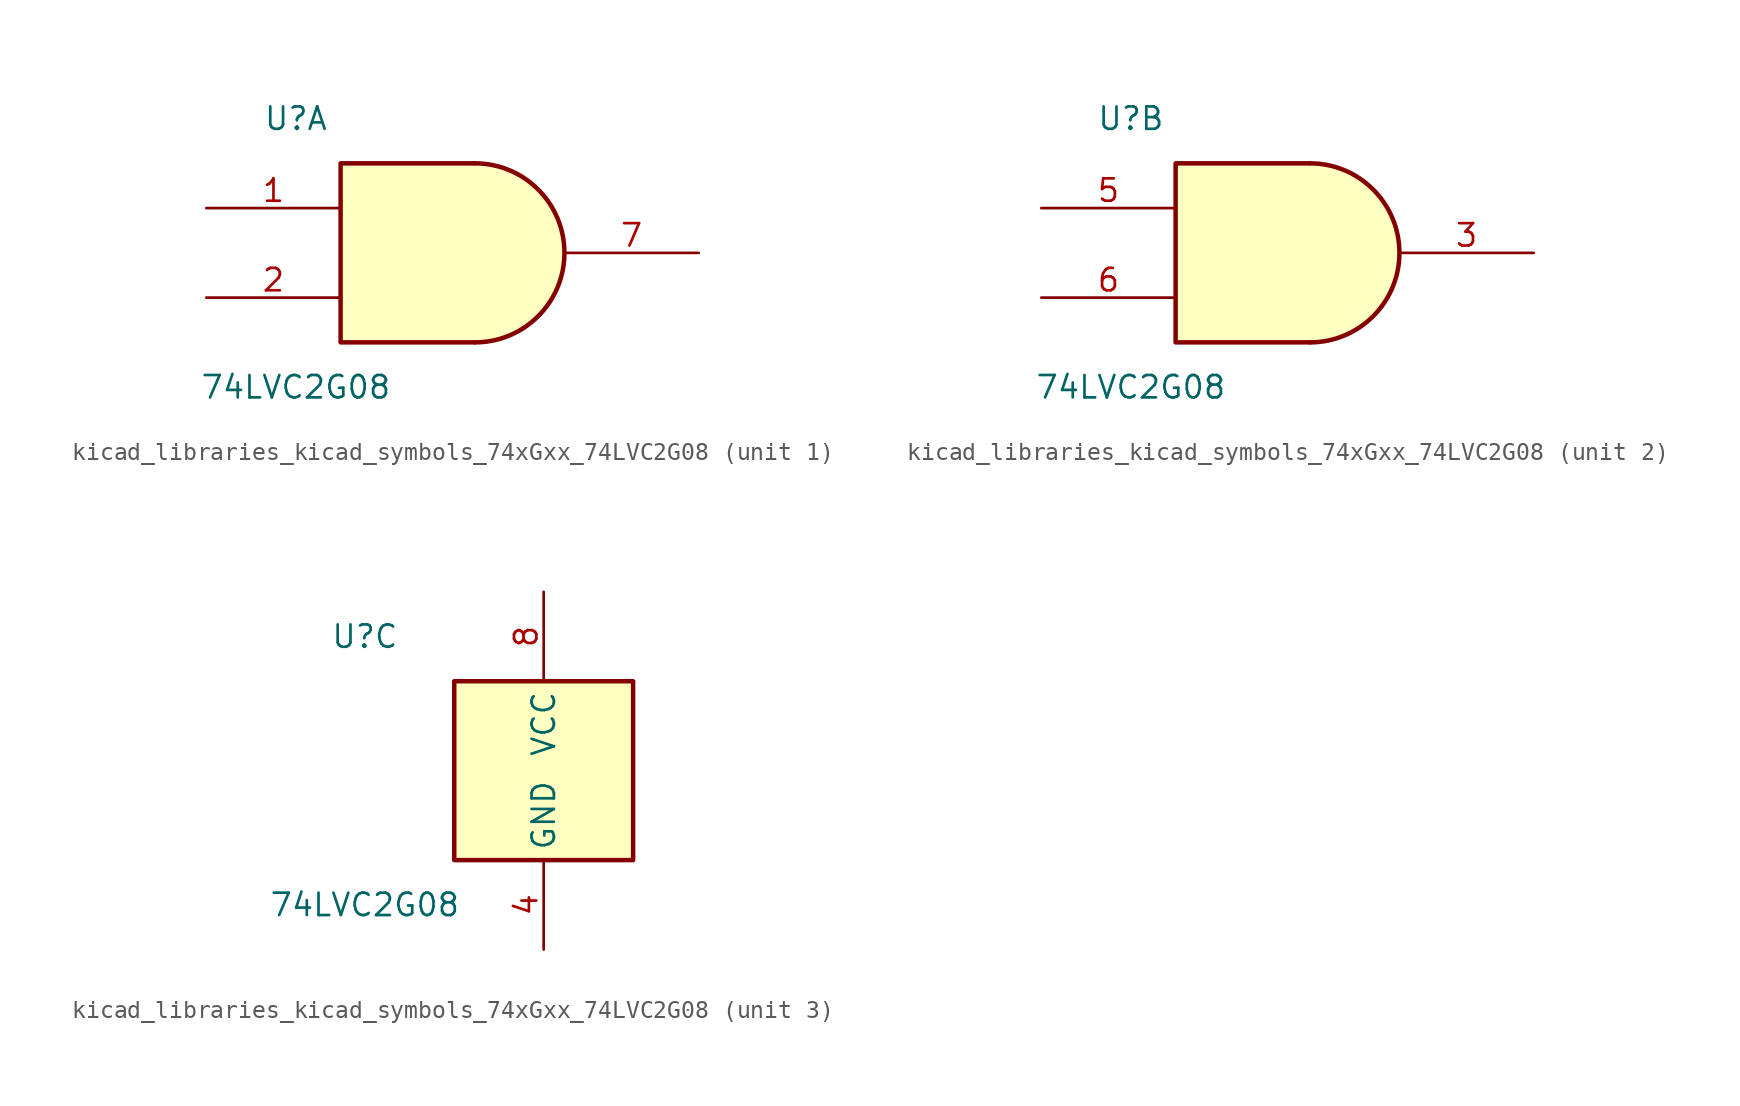
<source format=kicad_sym>
(kicad_symbol_lib
  (version 20220914)
  (generator kicad_symbol_editor)
  (symbol "kicad_libraries_kicad_symbols_74xGxx_74LVC2G08"
    (property "Reference" "U"
      (at -10.16 7.62 0)
      (effects (font (size 1.27 1.27))))
    (property "Value" "74LVC2G08"
      (at -10.16 -7.62 0)
      (effects (font (size 1.27 1.27))))
    (symbol "kicad_libraries_kicad_symbols_74xGxx_74LVC2G08_1_1"
      (arc (start 0 -5.08) (mid 5.0579 0) (end 0 5.08) (stroke (width 0.254) (type default)) (fill (type background)))
      (polyline (pts (xy 0 -5.08) (xy -7.62 -5.08) (xy -7.62 5.08) (xy 0 5.08)) (stroke (width 0.254) (type default)) (fill (type background)))
      (pin input line (at -15.24 2.54 0) (length 7.62) (name "~" (effects (font (size 1.27 1.27)))) (number "1" (effects (font (size 1.27 1.27)))))
      (pin input line (at -15.24 -2.54 0) (length 7.62) (name "~" (effects (font (size 1.27 1.27)))) (number "2" (effects (font (size 1.27 1.27)))))
      (pin output line (at 12.7 0 180) (length 7.62) (name "~" (effects (font (size 1.27 1.27)))) (number "7" (effects (font (size 1.27 1.27))))))
    (symbol "kicad_libraries_kicad_symbols_74xGxx_74LVC2G08_2_1"
      (arc (start 0 -5.08) (mid 5.0579 0) (end 0 5.08) (stroke (width 0.254) (type default)) (fill (type background)))
      (polyline (pts (xy 0 -5.08) (xy -7.62 -5.08) (xy -7.62 5.08) (xy 0 5.08)) (stroke (width 0.254) (type default)) (fill (type background)))
      (pin output line (at 12.7 0 180) (length 7.62) (name "~" (effects (font (size 1.27 1.27)))) (number "3" (effects (font (size 1.27 1.27)))))
      (pin input line (at -15.24 2.54 0) (length 7.62) (name "~" (effects (font (size 1.27 1.27)))) (number "5" (effects (font (size 1.27 1.27)))))
      (pin input line (at -15.24 -2.54 0) (length 7.62) (name "~" (effects (font (size 1.27 1.27)))) (number "6" (effects (font (size 1.27 1.27))))))
    (symbol "kicad_libraries_kicad_symbols_74xGxx_74LVC2G08_3_0"
      (rectangle (start -5.08 -5.08) (end 5.08 5.08) (stroke (width 0.254) (type default)) (fill (type background))))
    (symbol "kicad_libraries_kicad_symbols_74xGxx_74LVC2G08_3_1"
      (pin power_in line (at 0 -10.16 90) (length 5.08) (name "GND" (effects (font (size 1.27 1.27)))) (number "4" (effects (font (size 1.27 1.27)))))
      (pin power_in line (at 0 10.16 270) (length 5.08) (name "VCC" (effects (font (size 1.27 1.27)))) (number "8" (effects (font (size 1.27 1.27))))))))
</source>
